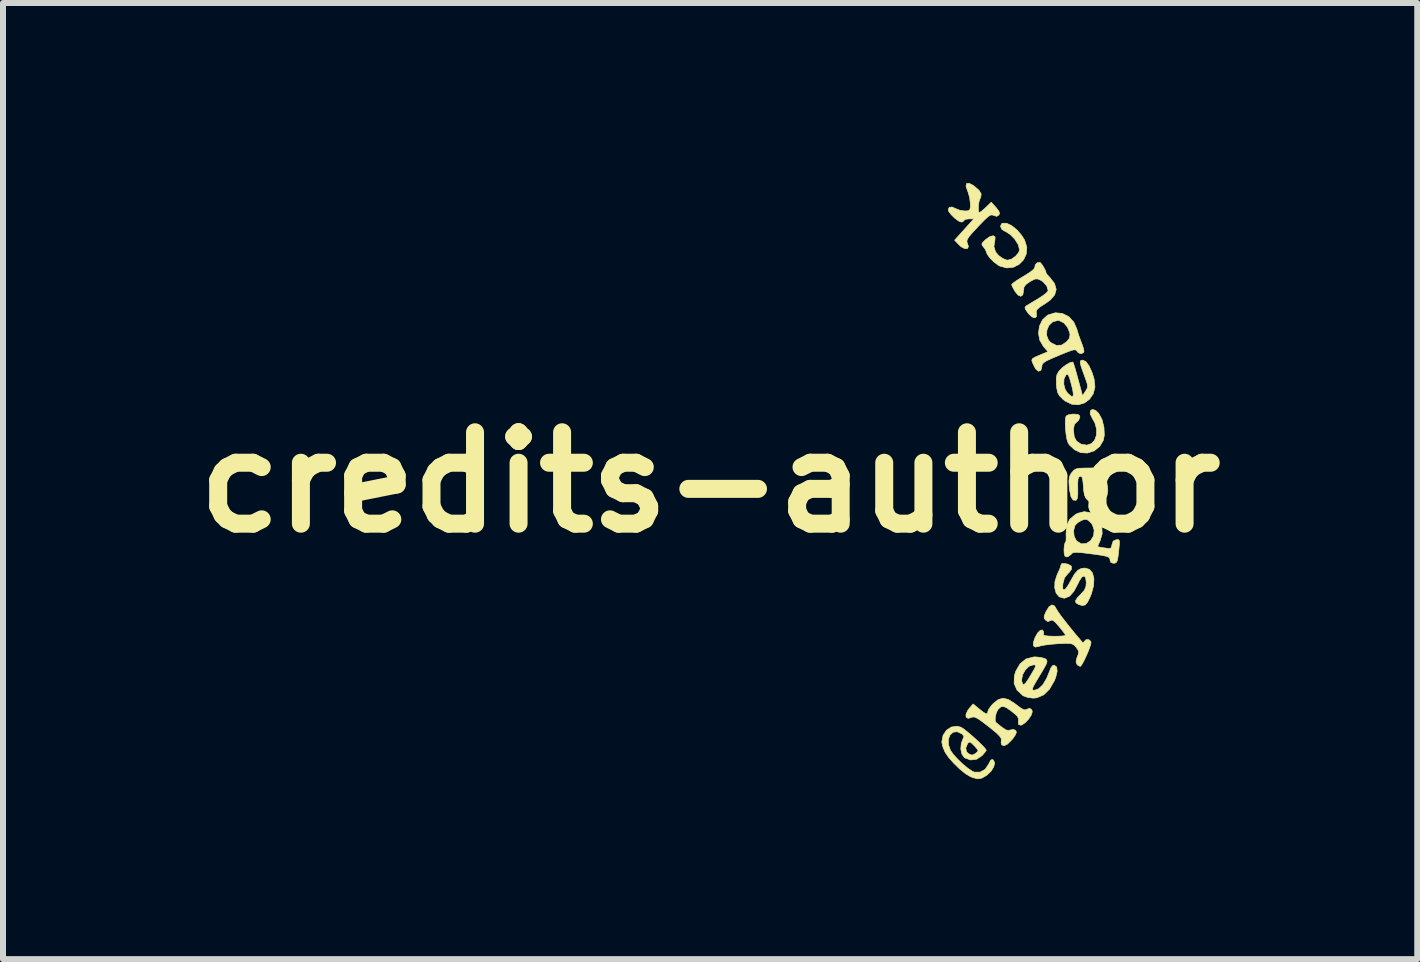
<source format=kicad_pcb>
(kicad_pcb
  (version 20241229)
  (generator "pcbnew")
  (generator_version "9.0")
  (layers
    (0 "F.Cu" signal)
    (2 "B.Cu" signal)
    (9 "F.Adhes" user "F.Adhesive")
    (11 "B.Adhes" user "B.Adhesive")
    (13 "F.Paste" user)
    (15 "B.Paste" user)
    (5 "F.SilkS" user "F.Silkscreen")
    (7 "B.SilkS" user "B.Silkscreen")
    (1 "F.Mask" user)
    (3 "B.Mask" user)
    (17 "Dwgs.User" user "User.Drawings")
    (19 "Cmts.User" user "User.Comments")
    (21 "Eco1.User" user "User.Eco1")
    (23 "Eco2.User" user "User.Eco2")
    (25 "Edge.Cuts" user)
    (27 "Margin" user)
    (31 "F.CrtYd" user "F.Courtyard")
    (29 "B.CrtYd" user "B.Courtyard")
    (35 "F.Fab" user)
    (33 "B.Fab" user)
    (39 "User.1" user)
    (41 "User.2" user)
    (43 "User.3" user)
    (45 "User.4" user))
  (footprint "credits-author"
    (layer "F.Cu")
    (at 8.788 4.991)
    (property "Reference" "credits-author" (at 0 0 0) (layer "F.SilkS") (effects (font (size 1.524 1.524) (thickness 0.3))))
    (attr through_hole)
    (fp_poly (pts (xy 6.427 -1.199) (xy 6.479 -1.149) (xy 6.534 -1.046) (xy 6.566 -0.918) (xy 6.572 -0.787) (xy 6.556 -0.702) (xy 6.495 -0.598) (xy 6.402 -0.524) (xy 6.288 -0.488) (xy 6.179 -0.495) (xy 6.075 -0.544) (xy 5.99 -0.623) (xy 5.968 -0.659) (xy 5.948 -0.721) (xy 5.933 -0.812) (xy 5.923 -0.915) (xy 5.921 -1.01) (xy 5.928 -1.082) (xy 5.936 -1.105) (xy 5.973 -1.126) (xy 6.041 -1.137) (xy 6.061 -1.138) (xy 6.129 -1.133) (xy 6.159 -1.114) (xy 6.165 -1.086) (xy 6.143 -1.033) (xy 6.112 -1.005) (xy 6.074 -0.968) (xy 6.06 -0.9) (xy 6.059 -0.87) (xy 6.07 -0.761) (xy 6.108 -0.688) (xy 6.179 -0.64) (xy 6.185 -0.637) (xy 6.279 -0.62) (xy 6.355 -0.645) (xy 6.411 -0.703) (xy 6.441 -0.787) (xy 6.444 -0.886) (xy 6.414 -0.993) (xy 6.372 -1.067) (xy 6.336 -1.142) (xy 6.34 -1.194) (xy 6.374 -1.216) (xy 6.427 -1.199)) (stroke (width 0.01) (type solid)) (fill yes) (layer "F.SilkS"))
    (fp_poly (pts (xy 4.945 -4.319) (xy 5.028 -4.279) (xy 5.115 -4.209) (xy 5.195 -4.116) (xy 5.244 -4.037) (xy 5.28 -3.919) (xy 5.271 -3.807) (xy 5.226 -3.71) (xy 5.151 -3.633) (xy 5.055 -3.585) (xy 4.945 -3.574) (xy 4.83 -3.605) (xy 4.8 -3.622) (xy 4.731 -3.674) (xy 4.666 -3.739) (xy 4.62 -3.802) (xy 4.604 -3.845) (xy 4.588 -3.883) (xy 4.558 -3.923) (xy 4.532 -3.957) (xy 4.534 -3.985) (xy 4.569 -4.024) (xy 4.597 -4.05) (xy 4.666 -4.098) (xy 4.72 -4.111) (xy 4.751 -4.092) (xy 4.749 -4.04) (xy 4.748 -4.038) (xy 4.731 -3.929) (xy 4.761 -3.838) (xy 4.813 -3.778) (xy 4.882 -3.73) (xy 4.949 -3.705) (xy 4.963 -3.704) (xy 5.028 -3.723) (xy 5.094 -3.771) (xy 5.144 -3.83) (xy 5.159 -3.876) (xy 5.138 -3.96) (xy 5.082 -4.051) (xy 5.005 -4.131) (xy 4.921 -4.185) (xy 4.901 -4.192) (xy 4.858 -4.224) (xy 4.842 -4.271) (xy 4.859 -4.311) (xy 4.875 -4.32) (xy 4.945 -4.319)) (stroke (width 0.01) (type solid)) (fill yes) (layer "F.SilkS"))
    (fp_poly (pts (xy 5.973 1.366) (xy 6.022 1.397) (xy 6.026 1.446) (xy 5.984 1.504) (xy 5.965 1.521) (xy 5.908 1.593) (xy 5.881 1.69) (xy 5.878 1.767) (xy 5.893 1.796) (xy 5.925 1.778) (xy 5.971 1.714) (xy 6.013 1.639) (xy 6.074 1.531) (xy 6.13 1.467) (xy 6.19 1.435) (xy 6.248 1.429) (xy 6.325 1.451) (xy 6.375 1.512) (xy 6.399 1.606) (xy 6.393 1.724) (xy 6.356 1.86) (xy 6.338 1.905) (xy 6.294 1.996) (xy 6.253 2.044) (xy 6.205 2.054) (xy 6.145 2.037) (xy 6.098 2.008) (xy 6.092 1.972) (xy 6.127 1.919) (xy 6.178 1.867) (xy 6.238 1.801) (xy 6.265 1.739) (xy 6.271 1.67) (xy 6.261 1.591) (xy 6.236 1.561) (xy 6.199 1.578) (xy 6.155 1.642) (xy 6.134 1.687) (xy 6.065 1.817) (xy 5.993 1.898) (xy 5.915 1.93) (xy 5.897 1.931) (xy 5.821 1.909) (xy 5.769 1.848) (xy 5.745 1.76) (xy 5.749 1.653) (xy 5.786 1.538) (xy 5.794 1.521) (xy 5.827 1.45) (xy 5.846 1.395) (xy 5.847 1.383) (xy 5.862 1.355) (xy 5.913 1.353) (xy 5.973 1.366)) (stroke (width 0.01) (type solid)) (fill yes) (layer "F.SilkS"))
    (fp_poly (pts (xy 5.506 2.918) (xy 5.575 2.935) (xy 5.593 2.945) (xy 5.612 2.963) (xy 5.617 2.988) (xy 5.605 3.028) (xy 5.571 3.092) (xy 5.514 3.189) (xy 5.493 3.223) (xy 5.429 3.33) (xy 5.39 3.4) (xy 5.373 3.441) (xy 5.376 3.46) (xy 5.395 3.466) (xy 5.409 3.466) (xy 5.478 3.441) (xy 5.548 3.373) (xy 5.611 3.268) (xy 5.649 3.174) (xy 5.683 3.09) (xy 5.714 3.052) (xy 5.737 3.048) (xy 5.778 3.079) (xy 5.786 3.148) (xy 5.762 3.25) (xy 5.74 3.306) (xy 5.659 3.447) (xy 5.561 3.543) (xy 5.447 3.592) (xy 5.389 3.598) (xy 5.299 3.587) (xy 5.222 3.56) (xy 5.212 3.553) (xy 5.115 3.461) (xy 5.068 3.352) (xy 5.07 3.292) (xy 5.193 3.292) (xy 5.198 3.324) (xy 5.212 3.364) (xy 5.231 3.372) (xy 5.261 3.345) (xy 5.307 3.278) (xy 5.353 3.202) (xy 5.402 3.119) (xy 5.425 3.071) (xy 5.426 3.049) (xy 5.405 3.043) (xy 5.387 3.043) (xy 5.317 3.066) (xy 5.255 3.127) (xy 5.21 3.207) (xy 5.193 3.292) (xy 5.07 3.292) (xy 5.072 3.226) (xy 5.095 3.151) (xy 5.168 3.025) (xy 5.266 2.945) (xy 5.39 2.912) (xy 5.421 2.91) (xy 5.506 2.918)) (stroke (width 0.01) (type solid)) (fill yes) (layer "F.SilkS"))
    (fp_poly (pts (xy 6.266 -2.012) (xy 6.318 -1.941) (xy 6.368 -1.83) (xy 6.402 -1.722) (xy 6.416 -1.591) (xy 6.388 -1.478) (xy 6.326 -1.386) (xy 6.24 -1.323) (xy 6.138 -1.293) (xy 6.028 -1.302) (xy 5.918 -1.356) (xy 5.882 -1.385) (xy 5.825 -1.443) (xy 5.794 -1.497) (xy 5.779 -1.571) (xy 5.774 -1.63) (xy 5.774 -1.637) (xy 5.896 -1.637) (xy 5.919 -1.549) (xy 5.955 -1.493) (xy 6.012 -1.44) (xy 6.045 -1.429) (xy 6.056 -1.463) (xy 6.045 -1.543) (xy 6.024 -1.628) (xy 5.996 -1.728) (xy 5.975 -1.783) (xy 5.957 -1.803) (xy 5.937 -1.794) (xy 5.933 -1.79) (xy 5.9 -1.725) (xy 5.896 -1.637) (xy 5.774 -1.637) (xy 5.771 -1.727) (xy 5.781 -1.791) (xy 5.809 -1.844) (xy 5.821 -1.859) (xy 5.872 -1.911) (xy 5.935 -1.959) (xy 5.997 -1.994) (xy 6.041 -2.006) (xy 6.05 -2.002) (xy 6.061 -1.973) (xy 6.083 -1.904) (xy 6.111 -1.806) (xy 6.135 -1.717) (xy 6.209 -1.444) (xy 6.258 -1.519) (xy 6.284 -1.562) (xy 6.294 -1.599) (xy 6.286 -1.646) (xy 6.261 -1.721) (xy 6.248 -1.756) (xy 6.204 -1.878) (xy 6.178 -1.958) (xy 6.17 -2.006) (xy 6.179 -2.03) (xy 6.204 -2.037) (xy 6.214 -2.037) (xy 6.266 -2.012)) (stroke (width 0.01) (type solid)) (fill yes) (layer "F.SilkS"))
    (fp_poly (pts (xy 5.502 -3.665) (xy 5.528 -3.637) (xy 5.56 -3.588) (xy 5.588 -3.536) (xy 5.601 -3.5) (xy 5.599 -3.493) (xy 5.608 -3.476) (xy 5.645 -3.435) (xy 5.663 -3.417) (xy 5.742 -3.314) (xy 5.77 -3.217) (xy 5.744 -3.124) (xy 5.667 -3.036) (xy 5.583 -2.977) (xy 5.498 -2.923) (xy 5.453 -2.884) (xy 5.436 -2.85) (xy 5.439 -2.819) (xy 5.441 -2.762) (xy 5.413 -2.741) (xy 5.367 -2.757) (xy 5.311 -2.809) (xy 5.301 -2.821) (xy 5.259 -2.882) (xy 5.249 -2.917) (xy 5.267 -2.939) (xy 5.308 -2.964) (xy 5.379 -3.007) (xy 5.466 -3.059) (xy 5.47 -3.062) (xy 5.551 -3.114) (xy 5.61 -3.161) (xy 5.635 -3.193) (xy 5.636 -3.195) (xy 5.612 -3.275) (xy 5.548 -3.346) (xy 5.508 -3.371) (xy 5.459 -3.391) (xy 5.416 -3.389) (xy 5.358 -3.361) (xy 5.331 -3.345) (xy 5.263 -3.297) (xy 5.232 -3.252) (xy 5.226 -3.195) (xy 5.213 -3.125) (xy 5.179 -3.101) (xy 5.132 -3.123) (xy 5.083 -3.183) (xy 5.048 -3.246) (xy 5.028 -3.291) (xy 5.027 -3.297) (xy 5.049 -3.32) (xy 5.106 -3.361) (xy 5.189 -3.413) (xy 5.227 -3.436) (xy 5.331 -3.501) (xy 5.394 -3.551) (xy 5.414 -3.584) (xy 5.414 -3.586) (xy 5.42 -3.629) (xy 5.455 -3.662) (xy 5.497 -3.668) (xy 5.502 -3.665)) (stroke (width 0.01) (type solid)) (fill yes) (layer "F.SilkS"))
    (fp_poly (pts (xy 5.874 -2.815) (xy 5.98 -2.762) (xy 6.064 -2.67) (xy 6.113 -2.557) (xy 6.141 -2.463) (xy 6.179 -2.358) (xy 6.194 -2.321) (xy 6.221 -2.244) (xy 6.233 -2.187) (xy 6.23 -2.169) (xy 6.191 -2.144) (xy 6.142 -2.158) (xy 6.116 -2.188) (xy 6.101 -2.205) (xy 6.075 -2.21) (xy 6.03 -2.201) (xy 5.956 -2.174) (xy 5.845 -2.129) (xy 5.811 -2.115) (xy 5.69 -2.063) (xy 5.609 -2.026) (xy 5.562 -1.996) (xy 5.538 -1.969) (xy 5.531 -1.939) (xy 5.53 -1.925) (xy 5.515 -1.868) (xy 5.478 -1.852) (xy 5.434 -1.883) (xy 5.432 -1.885) (xy 5.404 -1.933) (xy 5.378 -1.989) (xy 5.363 -2.03) (xy 5.37 -2.057) (xy 5.407 -2.083) (xy 5.483 -2.116) (xy 5.49 -2.119) (xy 5.633 -2.178) (xy 5.555 -2.268) (xy 5.496 -2.37) (xy 5.481 -2.45) (xy 5.61 -2.45) (xy 5.642 -2.369) (xy 5.679 -2.33) (xy 5.772 -2.283) (xy 5.861 -2.288) (xy 5.944 -2.343) (xy 5.991 -2.403) (xy 6 -2.463) (xy 5.995 -2.494) (xy 5.958 -2.587) (xy 5.896 -2.659) (xy 5.821 -2.696) (xy 5.798 -2.699) (xy 5.713 -2.676) (xy 5.65 -2.618) (xy 5.615 -2.538) (xy 5.61 -2.45) (xy 5.481 -2.45) (xy 5.475 -2.488) (xy 5.491 -2.605) (xy 5.541 -2.709) (xy 5.624 -2.785) (xy 5.635 -2.791) (xy 5.756 -2.827) (xy 5.874 -2.815)) (stroke (width 0.01) (type solid)) (fill yes) (layer "F.SilkS"))
    (fp_poly (pts (xy 4.388 -4.949) (xy 4.406 -4.936) (xy 4.485 -4.866) (xy 4.519 -4.808) (xy 4.512 -4.752) (xy 4.502 -4.733) (xy 4.484 -4.683) (xy 4.474 -4.616) (xy 4.472 -4.551) (xy 4.48 -4.506) (xy 4.49 -4.498) (xy 4.519 -4.515) (xy 4.569 -4.557) (xy 4.598 -4.584) (xy 4.687 -4.67) (xy 4.766 -4.582) (xy 4.814 -4.521) (xy 4.826 -4.482) (xy 4.814 -4.457) (xy 4.778 -4.434) (xy 4.728 -4.449) (xy 4.7 -4.459) (xy 4.67 -4.453) (xy 4.629 -4.425) (xy 4.57 -4.37) (xy 4.485 -4.283) (xy 4.466 -4.262) (xy 4.376 -4.165) (xy 4.318 -4.098) (xy 4.288 -4.051) (xy 4.28 -4.018) (xy 4.287 -3.993) (xy 4.307 -3.931) (xy 4.29 -3.898) (xy 4.247 -3.896) (xy 4.187 -3.926) (xy 4.146 -3.963) (xy 4.076 -4.037) (xy 4.396 -4.392) (xy 4.315 -4.392) (xy 4.258 -4.385) (xy 4.233 -4.367) (xy 4.233 -4.366) (xy 4.211 -4.343) (xy 4.186 -4.339) (xy 4.14 -4.358) (xy 4.08 -4.403) (xy 4.021 -4.461) (xy 3.979 -4.515) (xy 3.969 -4.544) (xy 3.987 -4.585) (xy 4.035 -4.59) (xy 4.088 -4.566) (xy 4.16 -4.537) (xy 4.244 -4.524) (xy 4.246 -4.524) (xy 4.303 -4.527) (xy 4.33 -4.544) (xy 4.339 -4.591) (xy 4.339 -4.643) (xy 4.328 -4.741) (xy 4.302 -4.837) (xy 4.294 -4.854) (xy 4.266 -4.936) (xy 4.275 -4.981) (xy 4.317 -4.986) (xy 4.388 -4.949)) (stroke (width 0.01) (type solid)) (fill yes) (layer "F.SilkS"))
    (fp_poly (pts (xy 6.586 -0.333) (xy 6.601 -0.29) (xy 6.609 -0.213) (xy 6.61 -0.143) (xy 6.611 -0.047) (xy 6.618 0.036) (xy 6.625 0.073) (xy 6.63 0.139) (xy 6.617 0.218) (xy 6.614 0.226) (xy 6.563 0.318) (xy 6.49 0.364) (xy 6.403 0.363) (xy 6.31 0.311) (xy 6.307 0.308) (xy 6.266 0.266) (xy 6.242 0.216) (xy 6.229 0.143) (xy 6.223 0.068) (xy 6.218 0.013) (xy 6.35 0.013) (xy 6.36 0.127) (xy 6.389 0.204) (xy 6.433 0.237) (xy 6.443 0.238) (xy 6.477 0.216) (xy 6.498 0.171) (xy 6.5 0.099) (xy 6.481 0.018) (xy 6.448 -0.053) (xy 6.408 -0.096) (xy 6.395 -0.101) (xy 6.367 -0.098) (xy 6.354 -0.065) (xy 6.35 0.008) (xy 6.35 0.013) (xy 6.218 0.013) (xy 6.214 -0.027) (xy 6.203 -0.08) (xy 6.185 -0.1) (xy 6.168 -0.1) (xy 6.145 -0.086) (xy 6.133 -0.05) (xy 6.129 0.021) (xy 6.13 0.098) (xy 6.13 0.206) (xy 6.121 0.27) (xy 6.103 0.299) (xy 6.099 0.3) (xy 6.052 0.295) (xy 6.016 0.239) (xy 5.993 0.131) (xy 5.987 0.073) (xy 5.982 -0.025) (xy 5.99 -0.089) (xy 6.012 -0.139) (xy 6.032 -0.165) (xy 6.066 -0.203) (xy 6.103 -0.225) (xy 6.158 -0.235) (xy 6.247 -0.238) (xy 6.286 -0.238) (xy 6.387 -0.24) (xy 6.446 -0.246) (xy 6.474 -0.259) (xy 6.482 -0.283) (xy 6.482 -0.288) (xy 6.501 -0.338) (xy 6.542 -0.356) (xy 6.586 -0.333)) (stroke (width 0.01) (type solid)) (fill yes) (layer "F.SilkS"))
    (fp_poly (pts (xy 5.742 2.06) (xy 5.768 2.104) (xy 5.794 2.147) (xy 5.846 2.222) (xy 5.919 2.317) (xy 6.004 2.424) (xy 6.094 2.534) (xy 6.182 2.637) (xy 6.213 2.672) (xy 6.231 2.665) (xy 6.237 2.652) (xy 6.269 2.622) (xy 6.313 2.623) (xy 6.346 2.651) (xy 6.35 2.67) (xy 6.34 2.719) (xy 6.313 2.795) (xy 6.277 2.881) (xy 6.238 2.964) (xy 6.202 3.031) (xy 6.175 3.067) (xy 6.169 3.069) (xy 6.133 3.051) (xy 6.115 3.033) (xy 6.1 2.992) (xy 6.114 2.928) (xy 6.123 2.907) (xy 6.145 2.844) (xy 6.139 2.801) (xy 6.102 2.75) (xy 6.1 2.748) (xy 6.069 2.714) (xy 6.036 2.695) (xy 5.99 2.686) (xy 5.917 2.685) (xy 5.805 2.69) (xy 5.805 2.69) (xy 5.689 2.699) (xy 5.585 2.712) (xy 5.511 2.726) (xy 5.495 2.731) (xy 5.424 2.747) (xy 5.389 2.725) (xy 5.39 2.666) (xy 5.42 2.582) (xy 5.463 2.507) (xy 5.507 2.466) (xy 5.543 2.462) (xy 5.561 2.496) (xy 5.559 2.547) (xy 5.582 2.556) (xy 5.644 2.563) (xy 5.734 2.566) (xy 5.741 2.566) (xy 5.833 2.564) (xy 5.899 2.559) (xy 5.927 2.551) (xy 5.927 2.55) (xy 5.911 2.523) (xy 5.87 2.468) (xy 5.818 2.404) (xy 5.755 2.333) (xy 5.714 2.3) (xy 5.684 2.297) (xy 5.671 2.306) (xy 5.631 2.322) (xy 5.593 2.297) (xy 5.57 2.266) (xy 5.57 2.229) (xy 5.594 2.167) (xy 5.601 2.154) (xy 5.65 2.075) (xy 5.699 2.043) (xy 5.742 2.06)) (stroke (width 0.01) (type solid)) (fill yes) (layer "F.SilkS"))
    (fp_poly (pts (xy 4.969 3.619) (xy 5.073 3.683) (xy 5.104 3.707) (xy 5.182 3.765) (xy 5.232 3.792) (xy 5.266 3.792) (xy 5.278 3.784) (xy 5.328 3.766) (xy 5.364 3.793) (xy 5.371 3.827) (xy 5.353 3.882) (xy 5.309 3.948) (xy 5.252 4.007) (xy 5.199 4.044) (xy 5.18 4.048) (xy 5.142 4.038) (xy 5.137 3.997) (xy 5.14 3.981) (xy 5.14 3.935) (xy 5.115 3.892) (xy 5.055 3.839) (xy 5.033 3.822) (xy 4.95 3.762) (xy 4.893 3.737) (xy 4.85 3.742) (xy 4.808 3.777) (xy 4.802 3.784) (xy 4.774 3.835) (xy 4.756 3.903) (xy 4.752 3.967) (xy 4.765 4.003) (xy 4.79 4.023) (xy 4.841 4.064) (xy 4.864 4.082) (xy 4.934 4.129) (xy 4.985 4.135) (xy 4.996 4.131) (xy 5.056 4.118) (xy 5.097 4.139) (xy 5.106 4.168) (xy 5.09 4.209) (xy 5.049 4.269) (xy 5.024 4.299) (xy 4.952 4.368) (xy 4.898 4.391) (xy 4.86 4.375) (xy 4.851 4.338) (xy 4.855 4.302) (xy 4.853 4.27) (xy 4.827 4.231) (xy 4.773 4.177) (xy 4.683 4.103) (xy 4.64 4.069) (xy 4.536 3.989) (xy 4.464 3.939) (xy 4.415 3.915) (xy 4.38 3.911) (xy 4.362 3.918) (xy 4.302 3.935) (xy 4.268 3.916) (xy 4.265 3.869) (xy 4.295 3.803) (xy 4.322 3.767) (xy 4.385 3.694) (xy 4.487 3.779) (xy 4.562 3.837) (xy 4.606 3.859) (xy 4.627 3.848) (xy 4.63 3.821) (xy 4.648 3.778) (xy 4.693 3.718) (xy 4.72 3.688) (xy 4.803 3.622) (xy 4.883 3.599) (xy 4.969 3.619)) (stroke (width 0.01) (type solid)) (fill yes) (layer "F.SilkS"))
    (fp_poly (pts (xy 6.338 0.505) (xy 6.426 0.559) (xy 6.492 0.64) (xy 6.531 0.743) (xy 6.536 0.858) (xy 6.501 0.977) (xy 6.495 0.99) (xy 6.47 1.043) (xy 6.462 1.071) (xy 6.462 1.072) (xy 6.49 1.079) (xy 6.552 1.09) (xy 6.58 1.094) (xy 6.65 1.103) (xy 6.683 1.094) (xy 6.696 1.061) (xy 6.699 1.039) (xy 6.72 0.979) (xy 6.77 0.957) (xy 6.803 0.954) (xy 6.82 0.966) (xy 6.825 1.002) (xy 6.819 1.074) (xy 6.814 1.129) (xy 6.801 1.236) (xy 6.789 1.302) (xy 6.773 1.335) (xy 6.747 1.348) (xy 6.719 1.349) (xy 6.676 1.33) (xy 6.668 1.298) (xy 6.664 1.271) (xy 6.649 1.251) (xy 6.613 1.235) (xy 6.549 1.22) (xy 6.448 1.205) (xy 6.314 1.187) (xy 6.193 1.173) (xy 6.114 1.167) (xy 6.066 1.169) (xy 6.037 1.18) (xy 6.02 1.199) (xy 5.973 1.236) (xy 5.944 1.244) (xy 5.916 1.231) (xy 5.903 1.187) (xy 5.9 1.124) (xy 5.905 1.053) (xy 5.916 1.011) (xy 5.922 1.005) (xy 5.933 0.982) (xy 5.936 0.921) (xy 5.934 0.867) (xy 5.938 0.805) (xy 6.06 0.805) (xy 6.069 0.9) (xy 6.108 0.975) (xy 6.112 0.979) (xy 6.189 1.025) (xy 6.271 1.02) (xy 6.342 0.974) (xy 6.393 0.893) (xy 6.403 0.797) (xy 6.372 0.705) (xy 6.338 0.662) (xy 6.287 0.622) (xy 6.243 0.617) (xy 6.191 0.635) (xy 6.127 0.673) (xy 6.085 0.716) (xy 6.084 0.716) (xy 6.06 0.805) (xy 5.938 0.805) (xy 5.943 0.727) (xy 5.994 0.618) (xy 6.089 0.537) (xy 6.126 0.517) (xy 6.236 0.489) (xy 6.338 0.505)) (stroke (width 0.01) (type solid)) (fill yes) (layer "F.SilkS"))
    (fp_poly (pts (xy 4.181 4.082) (xy 4.226 4.11) (xy 4.293 4.163) (xy 4.372 4.23) (xy 4.453 4.303) (xy 4.525 4.373) (xy 4.579 4.429) (xy 4.603 4.463) (xy 4.604 4.466) (xy 4.587 4.493) (xy 4.546 4.542) (xy 4.533 4.556) (xy 4.443 4.616) (xy 4.343 4.629) (xy 4.245 4.593) (xy 4.239 4.589) (xy 4.198 4.531) (xy 4.179 4.446) (xy 4.181 4.429) (xy 4.262 4.429) (xy 4.275 4.492) (xy 4.306 4.522) (xy 4.355 4.546) (xy 4.392 4.541) (xy 4.433 4.513) (xy 4.463 4.487) (xy 4.465 4.462) (xy 4.434 4.423) (xy 4.406 4.393) (xy 4.355 4.343) (xy 4.325 4.329) (xy 4.302 4.345) (xy 4.293 4.356) (xy 4.262 4.429) (xy 4.181 4.429) (xy 4.187 4.353) (xy 4.213 4.284) (xy 4.232 4.238) (xy 4.209 4.203) (xy 4.195 4.192) (xy 4.118 4.157) (xy 4.051 4.166) (xy 4.001 4.211) (xy 3.973 4.282) (xy 3.973 4.372) (xy 4.006 4.467) (xy 4.052 4.532) (xy 4.124 4.612) (xy 4.209 4.694) (xy 4.295 4.765) (xy 4.369 4.815) (xy 4.404 4.831) (xy 4.502 4.831) (xy 4.586 4.784) (xy 4.646 4.694) (xy 4.676 4.635) (xy 4.701 4.619) (xy 4.723 4.63) (xy 4.744 4.678) (xy 4.728 4.744) (xy 4.683 4.817) (xy 4.614 4.882) (xy 4.605 4.888) (xy 4.528 4.932) (xy 4.462 4.943) (xy 4.385 4.924) (xy 4.339 4.906) (xy 4.256 4.856) (xy 4.158 4.776) (xy 4.059 4.679) (xy 3.973 4.581) (xy 3.914 4.493) (xy 3.914 4.492) (xy 3.881 4.412) (xy 3.864 4.338) (xy 3.863 4.326) (xy 3.884 4.218) (xy 3.94 4.133) (xy 4.021 4.08) (xy 4.115 4.065) (xy 4.181 4.082)) (stroke (width 0.01) (type solid)) (fill yes) (layer "F.SilkS")))
  (gr_rect
    (start -3 -3)
    (end 20.577 12.94)
    (stroke (width 0.1) (type default))
    (fill no)
    (layer "Edge.Cuts")))
</source>
